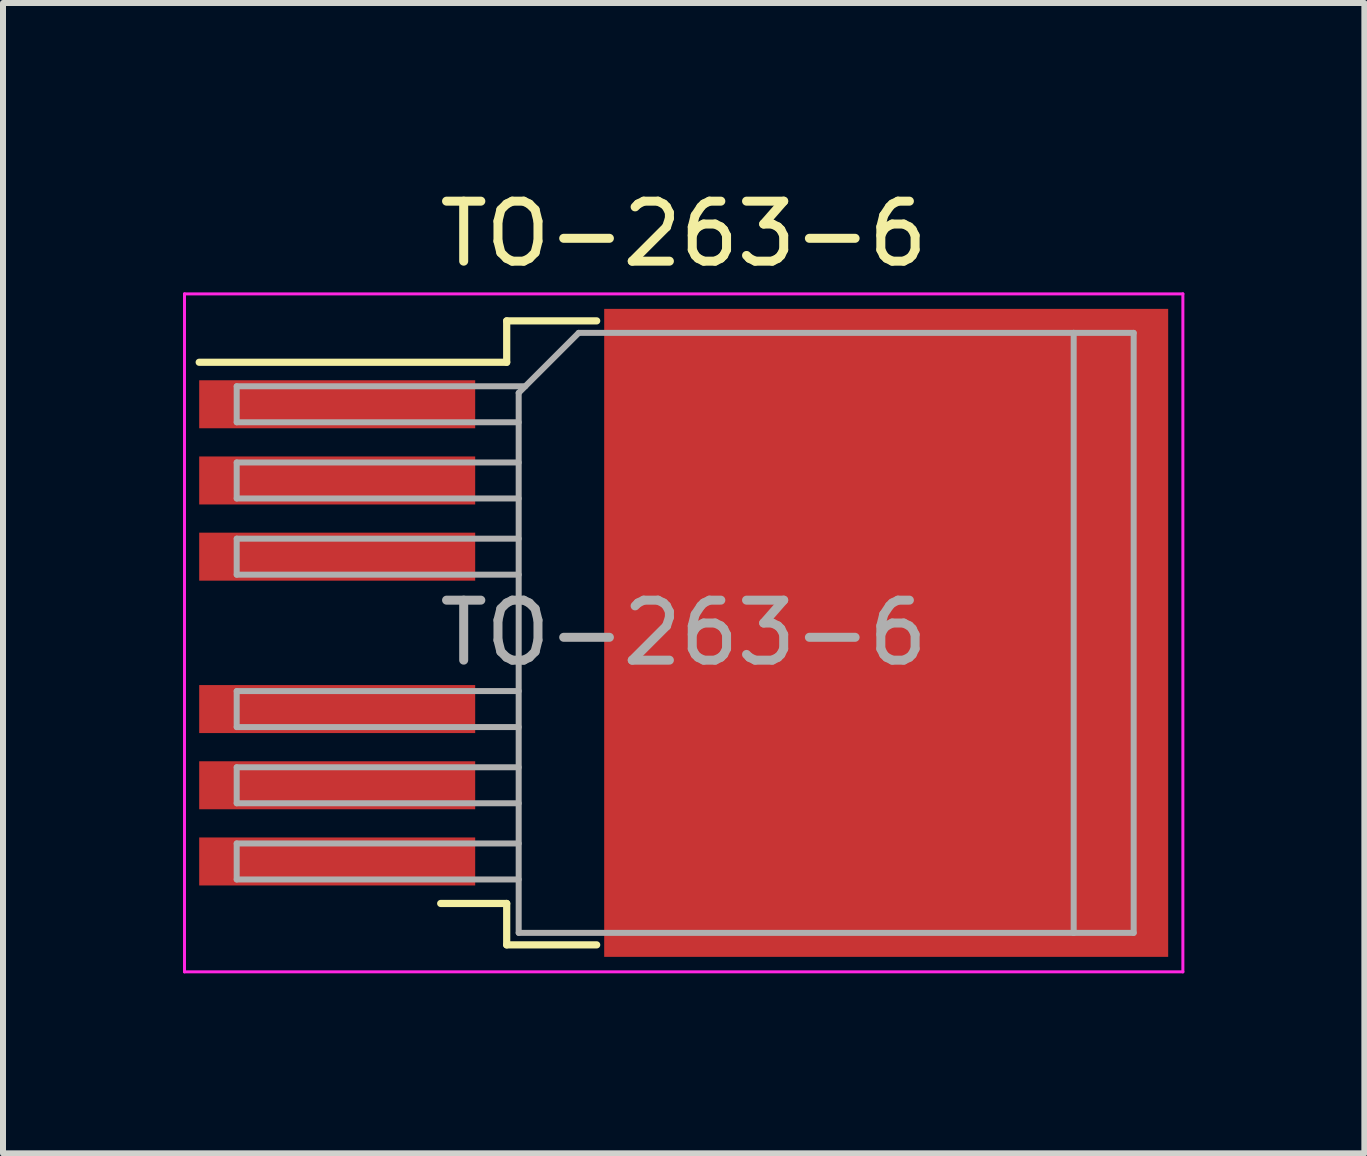
<source format=kicad_pcb>
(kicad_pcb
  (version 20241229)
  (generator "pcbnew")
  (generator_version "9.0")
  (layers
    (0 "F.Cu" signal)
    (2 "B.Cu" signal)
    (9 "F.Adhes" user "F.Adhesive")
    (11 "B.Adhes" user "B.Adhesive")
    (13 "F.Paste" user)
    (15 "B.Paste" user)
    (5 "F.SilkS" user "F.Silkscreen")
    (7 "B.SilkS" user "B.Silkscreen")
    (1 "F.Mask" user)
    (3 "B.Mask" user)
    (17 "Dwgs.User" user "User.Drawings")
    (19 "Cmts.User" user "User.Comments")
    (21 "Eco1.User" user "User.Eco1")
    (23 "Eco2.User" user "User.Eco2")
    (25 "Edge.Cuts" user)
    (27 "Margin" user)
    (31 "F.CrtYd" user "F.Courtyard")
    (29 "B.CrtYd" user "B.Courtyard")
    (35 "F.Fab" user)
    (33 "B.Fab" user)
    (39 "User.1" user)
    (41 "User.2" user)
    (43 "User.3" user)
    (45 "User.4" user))
  (footprint "TO-263-6"
    (layer "F.Cu")
    (at 8.345 7.498)
    (property "Reference" "TO-263-6" (at 0 -6.65 0) (layer "F.SilkS") (effects (font (size 1 1) (thickness 0.15))))
    (attr smd)
    (fp_line (start -2.95 -5.2) (end -2.95 -4.51) (stroke (width 0.12) (type solid)) (layer "F.SilkS"))
    (fp_line (start -2.95 -4.51) (end -8.075 -4.51) (stroke (width 0.12) (type solid)) (layer "F.SilkS"))
    (fp_line (start -2.95 4.51) (end -4.05 4.51) (stroke (width 0.12) (type solid)) (layer "F.SilkS"))
    (fp_line (start -2.95 5.2) (end -2.95 4.51) (stroke (width 0.12) (type solid)) (layer "F.SilkS"))
    (fp_line (start -1.45 -5.2) (end -2.95 -5.2) (stroke (width 0.12) (type solid)) (layer "F.SilkS"))
    (fp_line (start -1.45 5.2) (end -2.95 5.2) (stroke (width 0.12) (type solid)) (layer "F.SilkS"))
    (fp_line (start -8.32 -5.65) (end -8.32 5.65) (stroke (width 0.05) (type solid)) (layer "F.CrtYd"))
    (fp_line (start -8.32 5.65) (end 8.32 5.65) (stroke (width 0.05) (type solid)) (layer "F.CrtYd"))
    (fp_line (start 8.32 -5.65) (end -8.32 -5.65) (stroke (width 0.05) (type solid)) (layer "F.CrtYd"))
    (fp_line (start 8.32 5.65) (end 8.32 -5.65) (stroke (width 0.05) (type solid)) (layer "F.CrtYd"))
    (fp_line (start -7.45 -4.11) (end -7.45 -3.51) (stroke (width 0.1) (type solid)) (layer "F.Fab"))
    (fp_line (start -7.45 -3.51) (end -2.75 -3.51) (stroke (width 0.1) (type solid)) (layer "F.Fab"))
    (fp_line (start -7.45 -2.84) (end -7.45 -2.24) (stroke (width 0.1) (type solid)) (layer "F.Fab"))
    (fp_line (start -7.45 -2.24) (end -2.75 -2.24) (stroke (width 0.1) (type solid)) (layer "F.Fab"))
    (fp_line (start -7.45 -1.57) (end -7.45 -0.97) (stroke (width 0.1) (type solid)) (layer "F.Fab"))
    (fp_line (start -7.45 -0.97) (end -2.75 -0.97) (stroke (width 0.1) (type solid)) (layer "F.Fab"))
    (fp_line (start -7.45 0.97) (end -7.45 1.57) (stroke (width 0.1) (type solid)) (layer "F.Fab"))
    (fp_line (start -7.45 1.57) (end -2.75 1.57) (stroke (width 0.1) (type solid)) (layer "F.Fab"))
    (fp_line (start -7.45 2.24) (end -7.45 2.84) (stroke (width 0.1) (type solid)) (layer "F.Fab"))
    (fp_line (start -7.45 2.84) (end -2.75 2.84) (stroke (width 0.1) (type solid)) (layer "F.Fab"))
    (fp_line (start -7.45 3.51) (end -7.45 4.11) (stroke (width 0.1) (type solid)) (layer "F.Fab"))
    (fp_line (start -7.45 4.11) (end -2.75 4.11) (stroke (width 0.1) (type solid)) (layer "F.Fab"))
    (fp_line (start -2.75 -4) (end -1.75 -5) (stroke (width 0.1) (type solid)) (layer "F.Fab"))
    (fp_line (start -2.75 -2.84) (end -7.45 -2.84) (stroke (width 0.1) (type solid)) (layer "F.Fab"))
    (fp_line (start -2.75 -1.57) (end -7.45 -1.57) (stroke (width 0.1) (type solid)) (layer "F.Fab"))
    (fp_line (start -2.75 0.97) (end -7.45 0.97) (stroke (width 0.1) (type solid)) (layer "F.Fab"))
    (fp_line (start -2.75 2.24) (end -7.45 2.24) (stroke (width 0.1) (type solid)) (layer "F.Fab"))
    (fp_line (start -2.75 3.51) (end -7.45 3.51) (stroke (width 0.1) (type solid)) (layer "F.Fab"))
    (fp_line (start -2.75 5) (end -2.75 -4) (stroke (width 0.1) (type solid)) (layer "F.Fab"))
    (fp_line (start -2.64 -4.11) (end -7.45 -4.11) (stroke (width 0.1) (type solid)) (layer "F.Fab"))
    (fp_line (start -1.75 -5) (end 6.5 -5) (stroke (width 0.1) (type solid)) (layer "F.Fab"))
    (fp_line (start 6.5 -5) (end 6.5 5) (stroke (width 0.1) (type solid)) (layer "F.Fab"))
    (fp_line (start 6.5 -5) (end 7.5 -5) (stroke (width 0.1) (type solid)) (layer "F.Fab"))
    (fp_line (start 6.5 5) (end -2.75 5) (stroke (width 0.1) (type solid)) (layer "F.Fab"))
    (fp_line (start 7.5 -5) (end 7.5 5) (stroke (width 0.1) (type solid)) (layer "F.Fab"))
    (fp_line (start 7.5 5) (end 6.5 5) (stroke (width 0.1) (type solid)) (layer "F.Fab"))
    (fp_text user "${REFERENCE}" (at 0 0 0) (layer "F.Fab") (effects (font (size 1 1) (thickness 0.15))))
    (pad "" smd rect (at 0.95 -2.775) (size 4.55 5.25) (layers "F.Paste"))
    (pad "" smd rect (at 0.95 2.775) (size 4.55 5.25) (layers "F.Paste"))
    (pad "" smd rect (at 5.8 -2.775) (size 4.55 5.25) (layers "F.Paste"))
    (pad "" smd rect (at 5.8 2.775) (size 4.55 5.25) (layers "F.Paste"))
    (pad "1" smd rect (at -5.775 -3.81) (size 4.6 0.8) (layers "F.Cu" "F.Mask" "F.Paste"))
    (pad "2" smd rect (at -5.775 -2.54) (size 4.6 0.8) (layers "F.Cu" "F.Mask" "F.Paste"))
    (pad "3" smd rect (at -5.775 -1.27) (size 4.6 0.8) (layers "F.Cu" "F.Mask" "F.Paste"))
    (pad "4" smd rect (at 3.375 0) (size 9.4 10.8) (layers "F.Cu" "F.Mask"))
    (pad "5" smd rect (at -5.775 1.27) (size 4.6 0.8) (layers "F.Cu" "F.Mask" "F.Paste"))
    (pad "6" smd rect (at -5.775 2.54) (size 4.6 0.8) (layers "F.Cu" "F.Mask" "F.Paste"))
    (pad "7" smd rect (at -5.775 3.81) (size 4.6 0.8) (layers "F.Cu" "F.Mask" "F.Paste")))
  (gr_rect
    (start -3 -3)
    (end 19.69 16.173)
    (stroke (width 0.1) (type default))
    (fill no)
    (layer "Edge.Cuts")))
</source>
